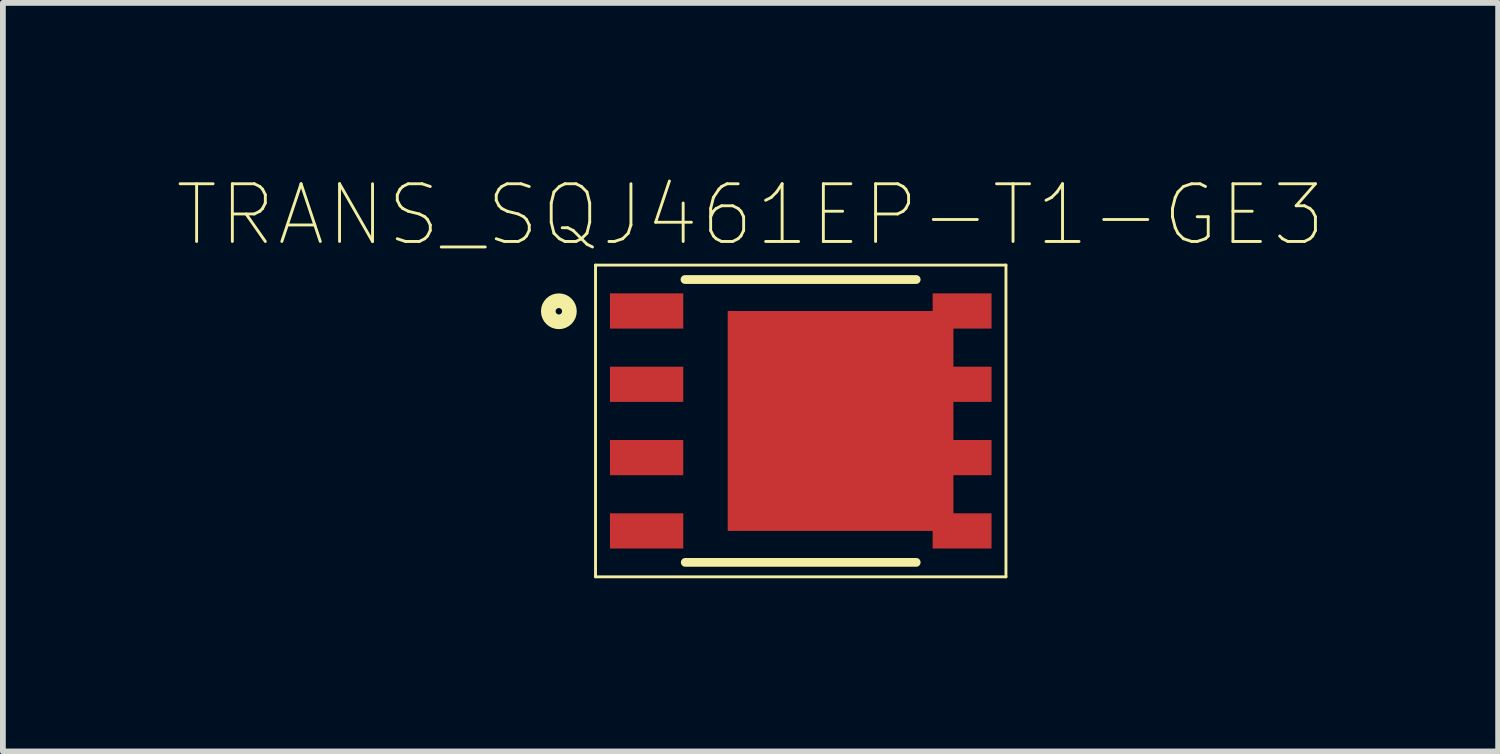
<source format=kicad_pcb>
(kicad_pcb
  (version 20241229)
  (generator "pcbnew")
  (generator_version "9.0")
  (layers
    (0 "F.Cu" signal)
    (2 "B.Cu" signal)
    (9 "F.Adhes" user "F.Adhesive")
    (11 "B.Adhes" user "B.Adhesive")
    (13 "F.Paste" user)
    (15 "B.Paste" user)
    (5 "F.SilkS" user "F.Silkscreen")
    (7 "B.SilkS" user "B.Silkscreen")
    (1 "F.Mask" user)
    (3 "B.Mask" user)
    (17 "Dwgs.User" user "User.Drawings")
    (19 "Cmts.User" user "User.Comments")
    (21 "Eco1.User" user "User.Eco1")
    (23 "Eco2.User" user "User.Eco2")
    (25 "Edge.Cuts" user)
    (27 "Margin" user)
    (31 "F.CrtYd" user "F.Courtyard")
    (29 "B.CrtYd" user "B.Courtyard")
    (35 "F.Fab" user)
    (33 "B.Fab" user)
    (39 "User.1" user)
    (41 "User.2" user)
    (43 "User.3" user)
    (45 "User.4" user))
  (footprint "TRANS_SQJ461EP-T1-GE3"
    (layer "F.Cu")
    (at 10.821 4.242)
    (property "Reference" "TRANS_SQJ461EP-T1-GE3" (at -0.87 -3.569 0) (layer "F.SilkS") (effects (font (size 1 1) (thickness 0.05))))
    (attr smd)
    (fp_line (start -3.555 -2.7) (end 3.555 -2.7) (stroke (width 0.05) (type solid)) (layer "F.SilkS"))
    (fp_line (start -3.555 2.7) (end -3.555 -2.7) (stroke (width 0.05) (type solid)) (layer "F.SilkS"))
    (fp_line (start -2.005 -2.45) (end 2 -2.45) (stroke (width 0.152) (type solid)) (layer "F.SilkS"))
    (fp_line (start -2 2.45) (end 2 2.45) (stroke (width 0.152) (type solid)) (layer "F.SilkS"))
    (fp_line (start 3.555 -2.7) (end 3.555 2.7) (stroke (width 0.05) (type solid)) (layer "F.SilkS"))
    (fp_line (start 3.555 2.7) (end -3.555 2.7) (stroke (width 0.05) (type solid)) (layer "F.SilkS"))
    (fp_circle (center -4.19 -1.9) (end -4.134 -1.9) (stroke (width 0.254) (type solid)) (fill no) (layer "F.SilkS"))
    (fp_poly (pts (xy -0.65 -1.38) (xy 2.03 -1.38) (xy 2.03 1.38) (xy -0.65 1.38)) (stroke (width 0) (type solid)) (fill yes) (layer "F.Paste"))
    (fp_line (start -2.945 -2.45) (end 3.075 -2.45) (stroke (width 0.152) (type solid)) (layer "Eco2.User"))
    (fp_line (start -2.945 2.45) (end -2.945 -2.45) (stroke (width 0.152) (type solid)) (layer "Eco2.User"))
    (fp_line (start 3.075 -2.45) (end 3.075 2.45) (stroke (width 0.152) (type solid)) (layer "Eco2.User"))
    (fp_line (start 3.075 2.45) (end -2.945 2.45) (stroke (width 0.152) (type solid)) (layer "Eco2.User"))
    (pad "1" smd rect (at -2.67 -1.905) (size 1.27 0.61) (layers "F.Cu" "F.Mask" "F.Paste"))
    (pad "2" smd rect (at -2.67 -0.635) (size 1.27 0.61) (layers "F.Cu" "F.Mask" "F.Paste"))
    (pad "3" smd rect (at -2.67 0.635) (size 1.27 0.61) (layers "F.Cu" "F.Mask" "F.Paste"))
    (pad "4" smd rect (at -2.67 1.905) (size 1.27 0.61) (layers "F.Cu" "F.Mask" "F.Paste"))
    (pad "5" smd rect (at 2.795 1.905) (size 1.02 0.61) (layers "F.Cu" "F.Mask" "F.Paste"))
    (pad "6" smd rect (at 2.795 0.635) (size 1.02 0.61) (layers "F.Cu" "F.Mask" "F.Paste"))
    (pad "7" smd rect (at 2.795 -0.635) (size 1.02 0.61) (layers "F.Cu" "F.Mask" "F.Paste"))
    (pad "8" smd rect (at 2.795 -1.905) (size 1.02 0.61) (layers "F.Cu" "F.Mask" "F.Paste"))
    (pad "9" smd rect (at 0.69 0 270) (size 3.81 3.91) (layers "F.Cu" "F.Mask" "F.Paste")))
  (gr_rect
    (start -3 -3)
    (end 22.902 9.967)
    (stroke (width 0.1) (type default))
    (fill no)
    (layer "Edge.Cuts")))
</source>
